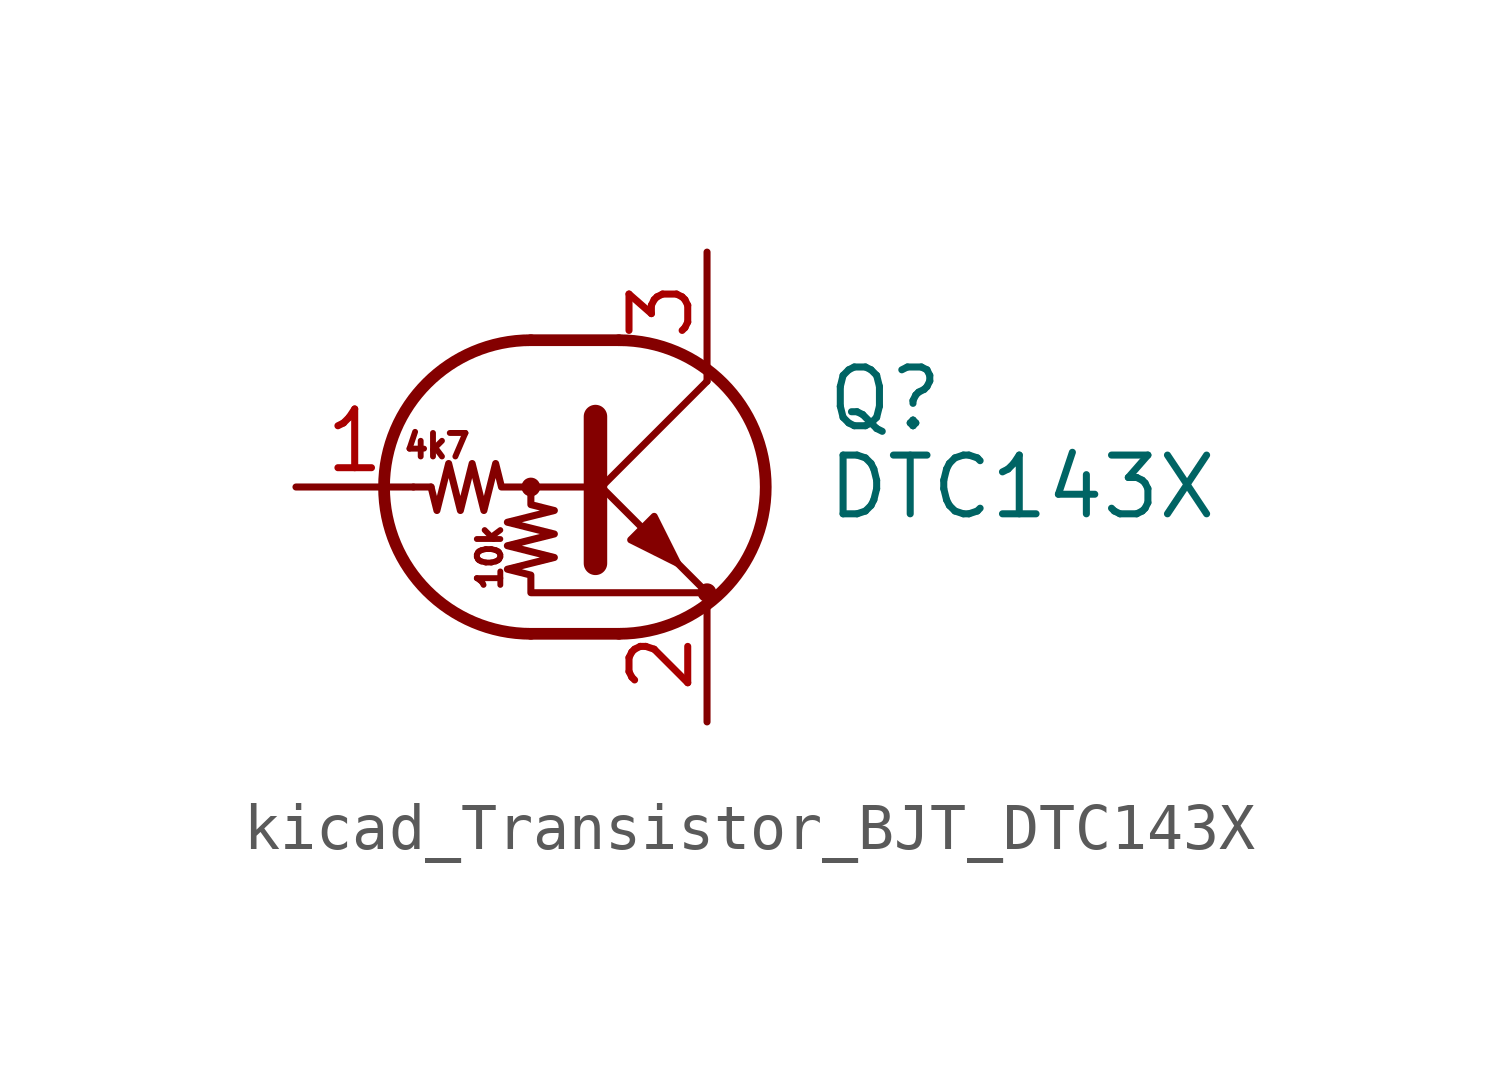
<source format=kicad_sym>
(kicad_symbol_lib
  (version 20220914)
  (generator kicad_symbol_editor)
  (symbol "kicad_Transistor_BJT_DTC143X"
    (pin_names
      (offset 0) hide)
    (property "Reference" "Q"
      (at 5.08 1.905 0)
      (effects (font (size 1.27 1.27)) (justify left)))
    (property "Value" "DTC143X"
      (at 5.08 0 0)
      (effects (font (size 1.27 1.27)) (justify left)))
    (symbol "kicad_Transistor_BJT_DTC143X_0_0"
      (text "10k" (at -2.159 -1.524 900) (effects (font (size 0.508 0.508))))
      (text "4k7" (at -3.302 0.889 0) (effects (font (size 0.508 0.508)))))
    (symbol "kicad_Transistor_BJT_DTC143X_0_1"
      (circle (center -1.27 0) (radius 0.127) (stroke (width 0) (type default)) (fill (type none)))
      (arc (start -1.27 3.175) (mid -4.4312 0) (end -1.27 -3.175) (stroke (width 0.254) (type default)) (fill (type none)))
      (polyline (pts (xy -3.429 0) (xy -3.81 0)) (stroke (width 0) (type default)) (fill (type none)))
      (polyline (pts (xy -1.27 -3.175) (xy 0.635 -3.175)) (stroke (width 0.254) (type default)) (fill (type none)))
      (polyline (pts (xy -1.27 3.175) (xy 0.635 3.175)) (stroke (width 0.254) (type default)) (fill (type none)))
      (polyline (pts (xy 0 -0.254) (xy 2.54 2.286)) (stroke (width 0) (type default)) (fill (type none)))
      (polyline (pts (xy 0.127 1.524) (xy 0.127 -1.651)) (stroke (width 0.508) (type default)) (fill (type outline)))
      (polyline (pts (xy 2.54 2.286) (xy 2.54 2.54)) (stroke (width 0) (type default)) (fill (type none)))
      (polyline (pts (xy 2.54 -2.286) (xy 0 0.254) (xy 0 0.254)) (stroke (width 0) (type default)) (fill (type none)))
      (polyline (pts (xy 0.889 -1.143) (xy 1.397 -0.635) (xy 1.905 -1.651) (xy 0.889 -1.143)) (stroke (width 0) (type default)) (fill (type outline)))
      (polyline (pts (xy 0 0) (xy -1.905 0) (xy -2.032 0.508) (xy -2.286 -0.508) (xy -2.54 0.508) (xy -2.794 -0.508) (xy -3.048 0.508) (xy -3.302 -0.508) (xy -3.429 0)) (stroke (width 0) (type default)) (fill (type none)))
      (polyline (pts (xy -1.27 0) (xy -1.27 -0.381) (xy -0.762 -0.508) (xy -1.778 -0.762) (xy -0.762 -1.016) (xy -1.778 -1.27) (xy -0.762 -1.524) (xy -1.778 -1.778) (xy -1.27 -1.905) (xy -1.27 -2.286) (xy 2.54 -2.286)) (stroke (width 0) (type default)) (fill (type none)))
      (arc (start 0.635 -3.175) (mid 3.7962 0) (end 0.635 3.175) (stroke (width 0.254) (type default)) (fill (type none)))
      (circle (center 2.54 -2.286) (radius 0.127) (stroke (width 0) (type default)) (fill (type none))))
    (symbol "kicad_Transistor_BJT_DTC143X_1_1"
      (pin input line (at -6.35 0 0) (length 2.54) (name "B" (effects (font (size 1.27 1.27)))) (number "1" (effects (font (size 1.27 1.27)))))
      (pin passive line (at 2.54 -5.08 90) (length 2.54) (name "E" (effects (font (size 1.27 1.27)))) (number "2" (effects (font (size 1.27 1.27)))))
      (pin passive line (at 2.54 5.08 270) (length 2.54) (name "C" (effects (font (size 1.27 1.27)))) (number "3" (effects (font (size 1.27 1.27))))))))
</source>
